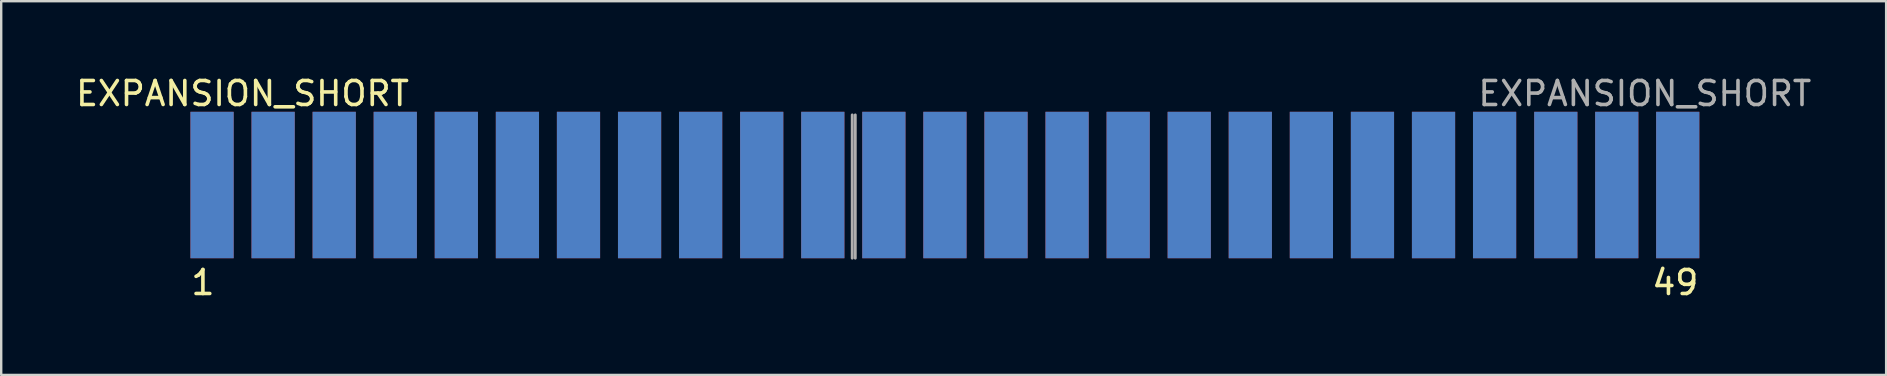
<source format=kicad_pcb>
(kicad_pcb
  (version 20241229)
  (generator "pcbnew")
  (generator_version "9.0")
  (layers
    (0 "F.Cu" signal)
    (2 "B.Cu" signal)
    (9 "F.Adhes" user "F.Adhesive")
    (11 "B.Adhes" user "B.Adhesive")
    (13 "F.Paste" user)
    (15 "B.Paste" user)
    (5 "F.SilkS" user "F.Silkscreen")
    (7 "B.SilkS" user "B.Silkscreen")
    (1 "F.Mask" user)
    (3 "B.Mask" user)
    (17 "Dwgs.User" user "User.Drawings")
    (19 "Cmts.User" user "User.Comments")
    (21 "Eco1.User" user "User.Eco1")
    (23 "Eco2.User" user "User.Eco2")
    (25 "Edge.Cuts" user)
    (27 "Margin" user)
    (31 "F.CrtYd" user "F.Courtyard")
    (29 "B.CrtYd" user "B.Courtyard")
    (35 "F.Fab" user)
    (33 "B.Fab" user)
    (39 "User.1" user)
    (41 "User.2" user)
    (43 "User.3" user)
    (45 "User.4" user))
  (footprint "EXPANSION_SHORT"
    (layer "F.Cu")
    (at 4.895 7.706)
    (property "Reference" "EXPANSION_SHORT" (at 2.159 -6.858 0) (unlocked yes) (layer "F.SilkS") (effects (font (size 1 1) (thickness 0.15))))
    (attr through_hole)
    (fp_line (start 27.559 -5.969) (end 27.559 0) (stroke (width 0.12) (type solid)) (layer "F.Fab"))
    (fp_line (start 27.686 0) (end 27.686 -5.969) (stroke (width 0.12) (type solid)) (layer "F.Fab"))
    (fp_text user "1" (at 0.508 1.016 0) (unlocked yes) (layer "F.SilkS") (effects (font (size 1 1) (thickness 0.15))))
    (fp_text user "49" (at 61.849 1.016 0) (unlocked yes) (layer "F.SilkS") (effects (font (size 1 1) (thickness 0.15))))
    (fp_text user "${REFERENCE}" (at 60.579 -6.858 0) (unlocked yes) (layer "F.Fab") (effects (font (size 1 1) (thickness 0.15))))
    (pad "1" connect rect (at 0.889 -3.048) (size 1.8 6.1) (layers "F.Cu" "F.Mask"))
    (pad "2" connect rect (at 0.889 -3.048 180) (size 1.8 6.1) (layers "B.Cu" "B.Mask"))
    (pad "3" connect rect (at 3.433 -3.048) (size 1.8 6.1) (layers "F.Cu" "F.Mask"))
    (pad "4" connect rect (at 3.433 -3.048 180) (size 1.8 6.1) (layers "B.Cu" "B.Mask"))
    (pad "5" connect rect (at 5.978 -3.048) (size 1.8 6.1) (layers "F.Cu" "F.Mask"))
    (pad "6" connect rect (at 5.978 -3.048 180) (size 1.8 6.1) (layers "B.Cu" "B.Mask"))
    (pad "7" connect rect (at 8.522 -3.048) (size 1.8 6.1) (layers "F.Cu" "F.Mask"))
    (pad "8" connect rect (at 8.522 -3.048 180) (size 1.8 6.1) (layers "B.Cu" "B.Mask"))
    (pad "9" connect rect (at 11.066 -3.048) (size 1.8 6.1) (layers "F.Cu" "F.Mask"))
    (pad "10" connect rect (at 11.066 -3.048 180) (size 1.8 6.1) (layers "B.Cu" "B.Mask"))
    (pad "11" connect rect (at 13.611 -3.048) (size 1.8 6.1) (layers "F.Cu" "F.Mask"))
    (pad "12" connect rect (at 13.611 -3.048 180) (size 1.8 6.1) (layers "B.Cu" "B.Mask"))
    (pad "13" connect rect (at 16.155 -3.048) (size 1.8 6.1) (layers "F.Cu" "F.Mask"))
    (pad "14" connect rect (at 16.155 -3.048 180) (size 1.8 6.1) (layers "B.Cu" "B.Mask"))
    (pad "15" connect rect (at 18.7 -3.048) (size 1.8 6.1) (layers "F.Cu" "F.Mask"))
    (pad "16" connect rect (at 18.7 -3.048 180) (size 1.8 6.1) (layers "B.Cu" "B.Mask"))
    (pad "17" connect rect (at 21.244 -3.048) (size 1.8 6.1) (layers "F.Cu" "F.Mask"))
    (pad "18" connect rect (at 21.244 -3.048 180) (size 1.8 6.1) (layers "B.Cu" "B.Mask"))
    (pad "19" connect rect (at 23.788 -3.048) (size 1.8 6.1) (layers "F.Cu" "F.Mask"))
    (pad "20" connect rect (at 23.788 -3.048 180) (size 1.8 6.1) (layers "B.Cu" "B.Mask"))
    (pad "21" connect rect (at 26.333 -3.048) (size 1.8 6.1) (layers "F.Cu" "F.Mask"))
    (pad "22" connect rect (at 26.333 -3.048 180) (size 1.8 6.1) (layers "B.Cu" "B.Mask"))
    (pad "23" connect rect (at 28.877 -3.048) (size 1.8 6.1) (layers "F.Cu" "F.Mask"))
    (pad "24" connect rect (at 28.877 -3.048 180) (size 1.8 6.1) (layers "B.Cu" "B.Mask"))
    (pad "25" connect rect (at 31.421 -3.048) (size 1.8 6.1) (layers "F.Cu" "F.Mask"))
    (pad "26" connect rect (at 31.421 -3.048 180) (size 1.8 6.1) (layers "B.Cu" "B.Mask"))
    (pad "27" connect rect (at 33.966 -3.048) (size 1.8 6.1) (layers "F.Cu" "F.Mask"))
    (pad "28" connect rect (at 33.966 -3.048 180) (size 1.8 6.1) (layers "B.Cu" "B.Mask"))
    (pad "29" connect rect (at 36.51 -3.048) (size 1.8 6.1) (layers "F.Cu" "F.Mask"))
    (pad "30" connect rect (at 36.51 -3.048 180) (size 1.8 6.1) (layers "B.Cu" "B.Mask"))
    (pad "31" connect rect (at 39.055 -3.048) (size 1.8 6.1) (layers "F.Cu" "F.Mask"))
    (pad "32" connect rect (at 39.055 -3.048 180) (size 1.8 6.1) (layers "B.Cu" "B.Mask"))
    (pad "33" connect rect (at 41.599 -3.048) (size 1.8 6.1) (layers "F.Cu" "F.Mask"))
    (pad "34" connect rect (at 41.599 -3.048 180) (size 1.8 6.1) (layers "B.Cu" "B.Mask"))
    (pad "35" connect rect (at 44.143 -3.048) (size 1.8 6.1) (layers "F.Cu" "F.Mask"))
    (pad "36" connect rect (at 44.143 -3.048 180) (size 1.8 6.1) (layers "B.Cu" "B.Mask"))
    (pad "37" connect rect (at 46.688 -3.048) (size 1.8 6.1) (layers "F.Cu" "F.Mask"))
    (pad "38" connect rect (at 46.688 -3.048 180) (size 1.8 6.1) (layers "B.Cu" "B.Mask"))
    (pad "39" connect rect (at 49.232 -3.048) (size 1.8 6.1) (layers "F.Cu" "F.Mask"))
    (pad "40" connect rect (at 49.232 -3.048 180) (size 1.8 6.1) (layers "B.Cu" "B.Mask"))
    (pad "41" connect rect (at 51.776 -3.048) (size 1.8 6.1) (layers "F.Cu" "F.Mask"))
    (pad "42" connect rect (at 51.776 -3.048) (size 1.8 6.1) (layers "B.Cu" "B.Mask"))
    (pad "43" connect rect (at 54.32 -3.048) (size 1.8 6.1) (layers "F.Cu" "F.Mask"))
    (pad "44" connect rect (at 54.32 -3.048 180) (size 1.8 6.1) (layers "B.Cu" "B.Mask"))
    (pad "45" connect rect (at 56.87 -3.048) (size 1.8 6.1) (layers "F.Cu" "F.Mask"))
    (pad "46" connect rect (at 56.87 -3.048 180) (size 1.8 6.1) (layers "B.Cu" "B.Mask"))
    (pad "47" connect rect (at 59.41 -3.048) (size 1.8 6.1) (layers "F.Cu" "F.Mask"))
    (pad "48" connect rect (at 59.41 -3.048 180) (size 1.8 6.1) (layers "B.Cu" "B.Mask"))
    (pad "49" connect rect (at 61.95 -3.048) (size 1.8 6.1) (layers "F.Cu" "F.Mask"))
    (pad "50" connect rect (at 61.95 -3.048 180) (size 1.8 6.1) (layers "B.Cu" "B.Mask")))
  (gr_rect
    (start -3 -3)
    (end 75.527 12.57)
    (stroke (width 0.1) (type default))
    (fill no)
    (layer "Edge.Cuts")))
</source>
